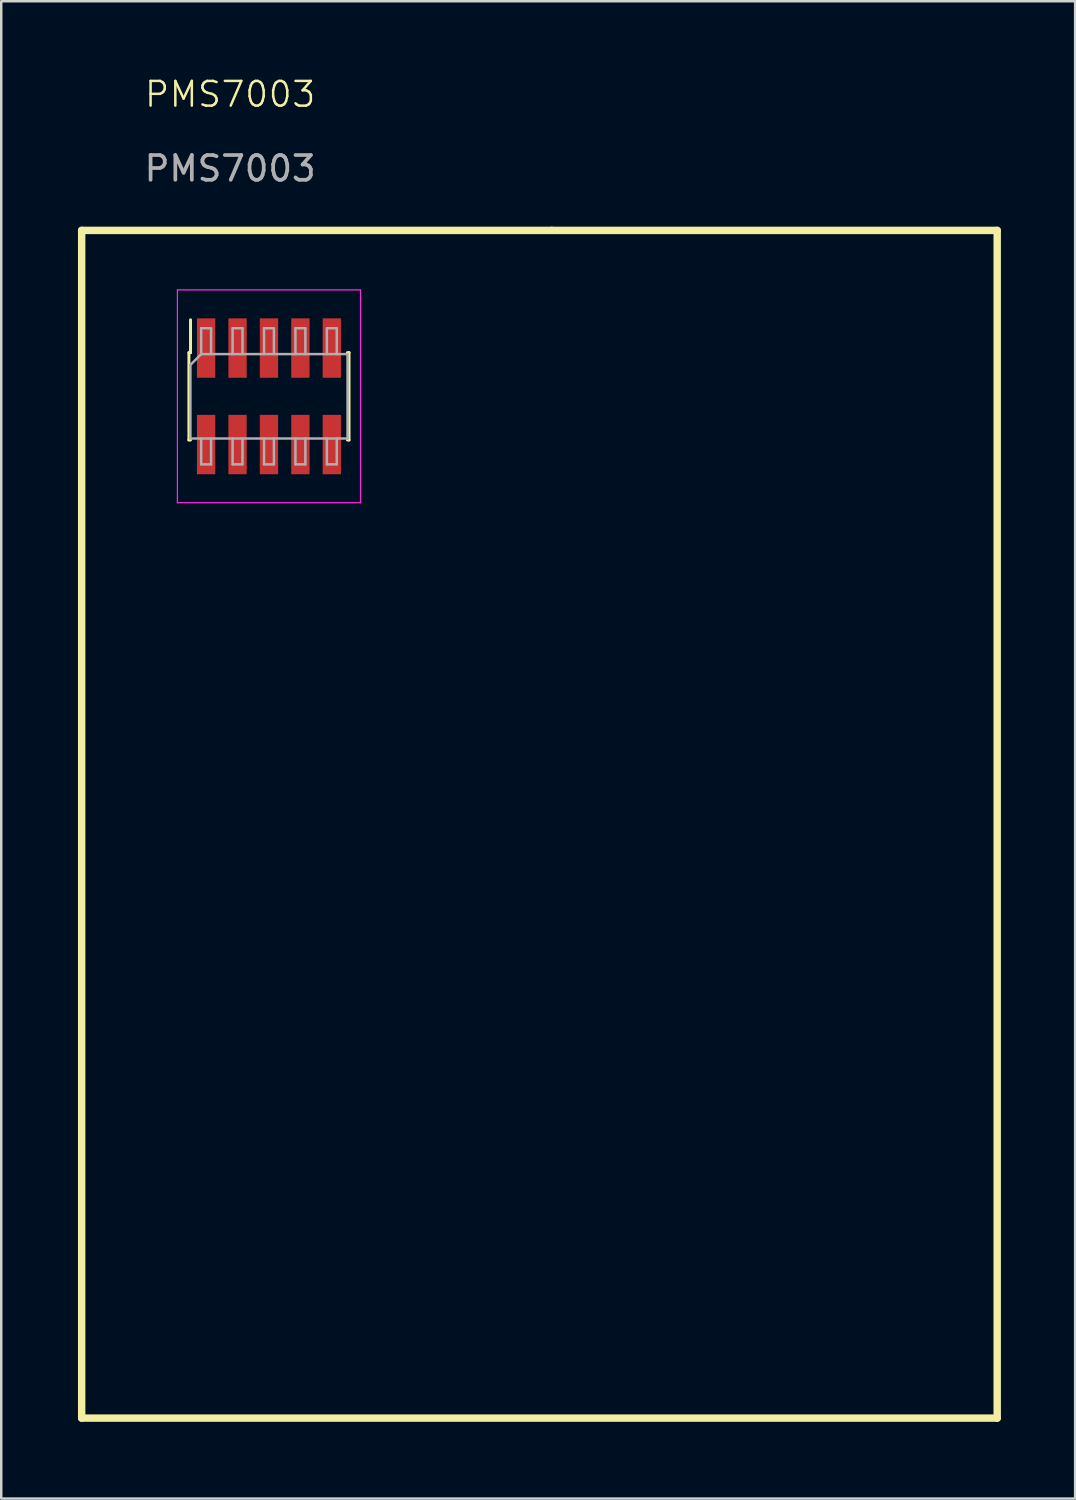
<source format=kicad_pcb>
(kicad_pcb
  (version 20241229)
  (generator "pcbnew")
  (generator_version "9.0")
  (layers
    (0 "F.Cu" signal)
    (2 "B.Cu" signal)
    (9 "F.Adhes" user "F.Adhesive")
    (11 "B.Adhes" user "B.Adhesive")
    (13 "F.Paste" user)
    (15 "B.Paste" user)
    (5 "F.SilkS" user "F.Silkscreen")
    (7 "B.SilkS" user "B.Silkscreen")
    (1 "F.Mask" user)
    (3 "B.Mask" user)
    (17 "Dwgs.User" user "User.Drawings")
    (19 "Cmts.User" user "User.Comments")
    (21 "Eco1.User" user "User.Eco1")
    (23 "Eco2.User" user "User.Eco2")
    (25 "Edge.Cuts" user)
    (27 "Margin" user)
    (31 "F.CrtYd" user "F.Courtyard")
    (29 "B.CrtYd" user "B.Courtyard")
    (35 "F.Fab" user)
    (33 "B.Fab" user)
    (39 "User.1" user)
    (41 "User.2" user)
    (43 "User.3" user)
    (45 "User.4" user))
  (footprint "PMS7003"
    (layer "F.Cu")
    (at 0.25 54.261)
    (property "Reference" "PMS7003" (at 6 -53.5 0) (unlocked yes) (layer "F.SilkS") (effects (font (size 1 1) (thickness 0.1))))
    (attr smd)
    (fp_line (start 0 -48) (end 19 -48) (stroke (width 0.3) (type default)) (layer "F.SilkS"))
    (fp_line (start 0 -48) (end 37 -48) (stroke (width 0.1) (type default)) (layer "F.SilkS"))
    (fp_line (start 0 0) (end 0 -48) (stroke (width 0.1) (type default)) (layer "F.SilkS"))
    (fp_line (start 0 0) (end 0 -48) (stroke (width 0.3) (type default)) (layer "F.SilkS"))
    (fp_line (start 4.335 -43.06) (end 4.335 -39.53) (stroke (width 0.12) (type solid)) (layer "F.SilkS"))
    (fp_line (start 4.335 -43.06) (end 4.4 -43.06) (stroke (width 0.12) (type solid)) (layer "F.SilkS"))
    (fp_line (start 4.335 -39.53) (end 4.4 -39.53) (stroke (width 0.12) (type solid)) (layer "F.SilkS"))
    (fp_line (start 4.4 -44.385) (end 4.4 -43.06) (stroke (width 0.12) (type solid)) (layer "F.SilkS"))
    (fp_line (start 10.74 -43.06) (end 10.805 -43.06) (stroke (width 0.12) (type solid)) (layer "F.SilkS"))
    (fp_line (start 10.74 -39.53) (end 10.805 -39.53) (stroke (width 0.12) (type solid)) (layer "F.SilkS"))
    (fp_line (start 10.805 -43.06) (end 10.805 -39.53) (stroke (width 0.12) (type solid)) (layer "F.SilkS"))
    (fp_line (start 19 -48) (end 37 -48) (stroke (width 0.3) (type default)) (layer "F.SilkS"))
    (fp_line (start 37 -48) (end 37 0) (stroke (width 0.1) (type default)) (layer "F.SilkS"))
    (fp_line (start 37 -48) (end 37 0) (stroke (width 0.3) (type default)) (layer "F.SilkS"))
    (fp_line (start 37 0) (end 0 0) (stroke (width 0.1) (type default)) (layer "F.SilkS"))
    (fp_line (start 37 0) (end 0 0) (stroke (width 0.3) (type default)) (layer "F.SilkS"))
    (fp_line (start 3.87 -45.595) (end 11.27 -45.595) (stroke (width 0.05) (type solid)) (layer "F.CrtYd"))
    (fp_line (start 3.87 -36.995) (end 3.87 -45.595) (stroke (width 0.05) (type solid)) (layer "F.CrtYd"))
    (fp_line (start 11.27 -45.595) (end 11.27 -36.995) (stroke (width 0.05) (type solid)) (layer "F.CrtYd"))
    (fp_line (start 11.27 -36.995) (end 3.87 -36.995) (stroke (width 0.05) (type solid)) (layer "F.CrtYd"))
    (fp_line (start 4.395 -42.565) (end 4.395 -39.59) (stroke (width 0.1) (type solid)) (layer "F.Fab"))
    (fp_line (start 4.395 -39.59) (end 10.745 -39.59) (stroke (width 0.1) (type solid)) (layer "F.Fab"))
    (fp_line (start 4.83 -44.045) (end 5.23 -44.045) (stroke (width 0.1) (type solid)) (layer "F.Fab"))
    (fp_line (start 4.83 -43) (end 4.395 -42.565) (stroke (width 0.1) (type solid)) (layer "F.Fab"))
    (fp_line (start 4.83 -43) (end 4.83 -44.045) (stroke (width 0.1) (type solid)) (layer "F.Fab"))
    (fp_line (start 4.83 -39.59) (end 4.83 -38.545) (stroke (width 0.1) (type solid)) (layer "F.Fab"))
    (fp_line (start 4.83 -38.545) (end 5.23 -38.545) (stroke (width 0.1) (type solid)) (layer "F.Fab"))
    (fp_line (start 5.23 -44.045) (end 5.23 -43) (stroke (width 0.1) (type solid)) (layer "F.Fab"))
    (fp_line (start 5.23 -38.545) (end 5.23 -39.59) (stroke (width 0.1) (type solid)) (layer "F.Fab"))
    (fp_line (start 6.1 -44.045) (end 6.5 -44.045) (stroke (width 0.1) (type solid)) (layer "F.Fab"))
    (fp_line (start 6.1 -43) (end 6.1 -44.045) (stroke (width 0.1) (type solid)) (layer "F.Fab"))
    (fp_line (start 6.1 -39.59) (end 6.1 -38.545) (stroke (width 0.1) (type solid)) (layer "F.Fab"))
    (fp_line (start 6.1 -38.545) (end 6.5 -38.545) (stroke (width 0.1) (type solid)) (layer "F.Fab"))
    (fp_line (start 6.5 -44.045) (end 6.5 -43) (stroke (width 0.1) (type solid)) (layer "F.Fab"))
    (fp_line (start 6.5 -38.545) (end 6.5 -39.59) (stroke (width 0.1) (type solid)) (layer "F.Fab"))
    (fp_line (start 7.37 -44.045) (end 7.77 -44.045) (stroke (width 0.1) (type solid)) (layer "F.Fab"))
    (fp_line (start 7.37 -43) (end 7.37 -44.045) (stroke (width 0.1) (type solid)) (layer "F.Fab"))
    (fp_line (start 7.37 -39.59) (end 7.37 -38.545) (stroke (width 0.1) (type solid)) (layer "F.Fab"))
    (fp_line (start 7.37 -38.545) (end 7.77 -38.545) (stroke (width 0.1) (type solid)) (layer "F.Fab"))
    (fp_line (start 7.77 -44.045) (end 7.77 -43) (stroke (width 0.1) (type solid)) (layer "F.Fab"))
    (fp_line (start 7.77 -38.545) (end 7.77 -39.59) (stroke (width 0.1) (type solid)) (layer "F.Fab"))
    (fp_line (start 8.64 -44.045) (end 9.04 -44.045) (stroke (width 0.1) (type solid)) (layer "F.Fab"))
    (fp_line (start 8.64 -43) (end 8.64 -44.045) (stroke (width 0.1) (type solid)) (layer "F.Fab"))
    (fp_line (start 8.64 -39.59) (end 8.64 -38.545) (stroke (width 0.1) (type solid)) (layer "F.Fab"))
    (fp_line (start 8.64 -38.545) (end 9.04 -38.545) (stroke (width 0.1) (type solid)) (layer "F.Fab"))
    (fp_line (start 9.04 -44.045) (end 9.04 -43) (stroke (width 0.1) (type solid)) (layer "F.Fab"))
    (fp_line (start 9.04 -38.545) (end 9.04 -39.59) (stroke (width 0.1) (type solid)) (layer "F.Fab"))
    (fp_line (start 9.91 -44.045) (end 10.31 -44.045) (stroke (width 0.1) (type solid)) (layer "F.Fab"))
    (fp_line (start 9.91 -43) (end 9.91 -44.045) (stroke (width 0.1) (type solid)) (layer "F.Fab"))
    (fp_line (start 9.91 -39.59) (end 9.91 -38.545) (stroke (width 0.1) (type solid)) (layer "F.Fab"))
    (fp_line (start 9.91 -38.545) (end 10.31 -38.545) (stroke (width 0.1) (type solid)) (layer "F.Fab"))
    (fp_line (start 10.31 -44.045) (end 10.31 -43) (stroke (width 0.1) (type solid)) (layer "F.Fab"))
    (fp_line (start 10.31 -38.545) (end 10.31 -39.59) (stroke (width 0.1) (type solid)) (layer "F.Fab"))
    (fp_line (start 10.745 -43) (end 4.83 -43) (stroke (width 0.1) (type solid)) (layer "F.Fab"))
    (fp_line (start 10.745 -39.59) (end 10.745 -43) (stroke (width 0.1) (type solid)) (layer "F.Fab"))
    (fp_text user "${REFERENCE}" (at 6 -50.5 0) (unlocked yes) (layer "F.Fab") (effects (font (size 1 1) (thickness 0.15))))
    (pad "1" smd rect (at 5.03 -43.245 90) (size 2.4 0.74) (layers "F.Cu" "F.Mask" "F.Paste"))
    (pad "2" smd rect (at 5.03 -39.345 90) (size 2.4 0.74) (layers "F.Cu" "F.Mask" "F.Paste"))
    (pad "3" smd rect (at 6.3 -43.245 90) (size 2.4 0.74) (layers "F.Cu" "F.Mask" "F.Paste"))
    (pad "4" smd rect (at 6.3 -39.345 90) (size 2.4 0.74) (layers "F.Cu" "F.Mask" "F.Paste"))
    (pad "5" smd rect (at 7.57 -43.245 90) (size 2.4 0.74) (layers "F.Cu" "F.Mask" "F.Paste"))
    (pad "6" smd rect (at 7.57 -39.345 90) (size 2.4 0.74) (layers "F.Cu" "F.Mask" "F.Paste"))
    (pad "7" smd rect (at 8.84 -43.245 90) (size 2.4 0.74) (layers "F.Cu" "F.Mask" "F.Paste"))
    (pad "8" smd rect (at 8.84 -39.345 90) (size 2.4 0.74) (layers "F.Cu" "F.Mask" "F.Paste"))
    (pad "9" smd rect (at 10.11 -43.245 90) (size 2.4 0.74) (layers "F.Cu" "F.Mask" "F.Paste"))
    (pad "10" smd rect (at 10.11 -39.345 90) (size 2.4 0.74) (layers "F.Cu" "F.Mask" "F.Paste")))
  (gr_rect
    (start -3 -3)
    (end 40.4 57.511)
    (stroke (width 0.1) (type default))
    (fill no)
    (layer "Edge.Cuts")))
</source>
